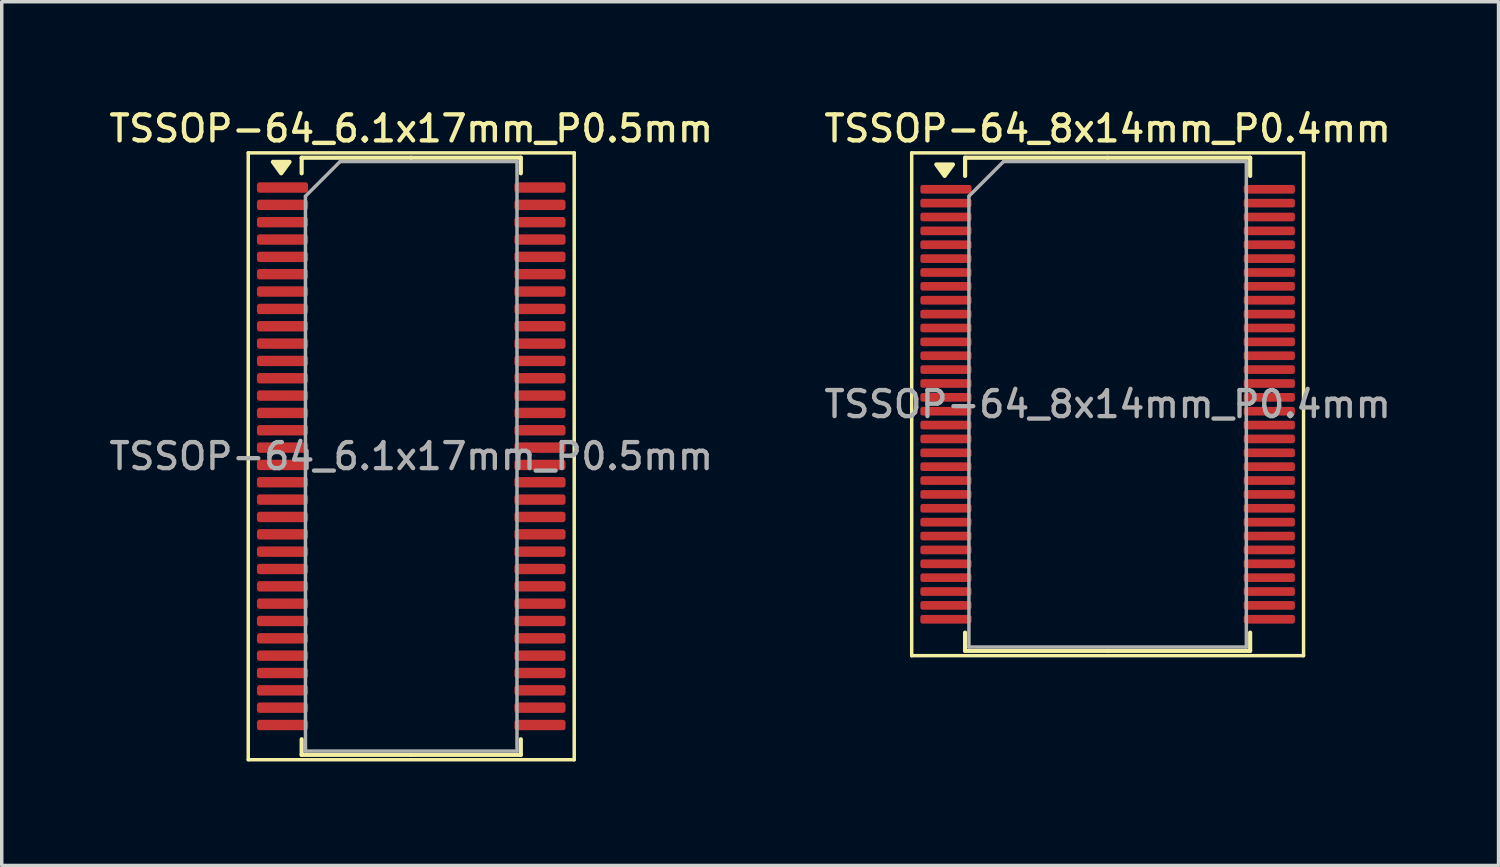
<source format=kicad_pcb>
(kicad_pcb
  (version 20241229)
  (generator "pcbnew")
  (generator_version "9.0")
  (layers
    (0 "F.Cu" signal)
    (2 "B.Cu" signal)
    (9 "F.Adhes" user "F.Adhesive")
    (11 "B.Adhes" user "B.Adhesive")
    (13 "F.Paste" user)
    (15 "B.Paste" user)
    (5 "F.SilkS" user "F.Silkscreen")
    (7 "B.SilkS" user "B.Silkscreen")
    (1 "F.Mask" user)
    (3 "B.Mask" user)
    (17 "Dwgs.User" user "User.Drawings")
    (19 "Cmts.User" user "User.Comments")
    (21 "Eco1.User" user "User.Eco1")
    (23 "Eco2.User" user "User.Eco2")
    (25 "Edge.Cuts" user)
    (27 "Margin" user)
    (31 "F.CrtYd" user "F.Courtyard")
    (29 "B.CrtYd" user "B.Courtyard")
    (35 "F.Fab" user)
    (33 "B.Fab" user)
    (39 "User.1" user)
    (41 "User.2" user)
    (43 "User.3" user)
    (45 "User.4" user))
  (footprint "TSSOP-64_8x14mm_P0.4mm"
    (layer "F.Cu")
    (at 28.891 8.608)
    (property "Reference" "TSSOP-64_8x14mm_P0.4mm" (at 0 -7.95 0) (layer "F.SilkS") (effects (font (size 0.75 0.75) (thickness 0.125))))
    (attr smd)
    (fp_line (start -5.65 -7.25) (end -5.65 7.25) (stroke (width 0.1) (type solid)) (layer "F.SilkS"))
    (fp_line (start -5.65 7.25) (end 5.65 7.25) (stroke (width 0.1) (type solid)) (layer "F.SilkS"))
    (fp_line (start -4.11 -7.11) (end -4.11 -6.585) (stroke (width 0.12) (type solid)) (layer "F.SilkS"))
    (fp_line (start -4.11 7.11) (end -4.11 6.585) (stroke (width 0.12) (type solid)) (layer "F.SilkS"))
    (fp_line (start 0 -7.11) (end -4.11 -7.11) (stroke (width 0.12) (type solid)) (layer "F.SilkS"))
    (fp_line (start 0 -7.11) (end 4.11 -7.11) (stroke (width 0.12) (type solid)) (layer "F.SilkS"))
    (fp_line (start 0 7.11) (end -4.11 7.11) (stroke (width 0.12) (type solid)) (layer "F.SilkS"))
    (fp_line (start 0 7.11) (end 4.11 7.11) (stroke (width 0.12) (type solid)) (layer "F.SilkS"))
    (fp_line (start 4.11 -7.11) (end 4.11 -6.585) (stroke (width 0.12) (type solid)) (layer "F.SilkS"))
    (fp_line (start 4.11 7.11) (end 4.11 6.585) (stroke (width 0.12) (type solid)) (layer "F.SilkS"))
    (fp_line (start 5.65 -7.25) (end -5.65 -7.25) (stroke (width 0.1) (type solid)) (layer "F.SilkS"))
    (fp_line (start 5.65 7.25) (end 5.65 -7.25) (stroke (width 0.1) (type solid)) (layer "F.SilkS"))
    (fp_poly (pts (xy -4.7 -6.585) (xy -4.94 -6.915) (xy -4.46 -6.915) (xy -4.7 -6.585)) (stroke (width 0.12) (type solid)) (fill yes) (layer "F.SilkS"))
    (fp_line (start -4 -6) (end -3 -7) (stroke (width 0.1) (type solid)) (layer "F.Fab"))
    (fp_line (start -4 7) (end -4 -6) (stroke (width 0.1) (type solid)) (layer "F.Fab"))
    (fp_line (start -3 -7) (end 4 -7) (stroke (width 0.1) (type solid)) (layer "F.Fab"))
    (fp_line (start 4 -7) (end 4 7) (stroke (width 0.1) (type solid)) (layer "F.Fab"))
    (fp_line (start 4 7) (end -4 7) (stroke (width 0.1) (type solid)) (layer "F.Fab"))
    (fp_text user "${REFERENCE}" (at 0 0 0) (layer "F.Fab") (effects (font (size 0.75 0.75) (thickness 0.125))))
    (pad "1" smd roundrect (at -4.662 -6.2) (size 1.475 0.25) (layers "F.Cu" "F.Mask" "F.Paste") (roundrect_rratio 0.25))
    (pad "2" smd roundrect (at -4.662 -5.8) (size 1.475 0.25) (layers "F.Cu" "F.Mask" "F.Paste") (roundrect_rratio 0.25))
    (pad "3" smd roundrect (at -4.662 -5.4) (size 1.475 0.25) (layers "F.Cu" "F.Mask" "F.Paste") (roundrect_rratio 0.25))
    (pad "4" smd roundrect (at -4.662 -5) (size 1.475 0.25) (layers "F.Cu" "F.Mask" "F.Paste") (roundrect_rratio 0.25))
    (pad "5" smd roundrect (at -4.662 -4.6) (size 1.475 0.25) (layers "F.Cu" "F.Mask" "F.Paste") (roundrect_rratio 0.25))
    (pad "6" smd roundrect (at -4.662 -4.2) (size 1.475 0.25) (layers "F.Cu" "F.Mask" "F.Paste") (roundrect_rratio 0.25))
    (pad "7" smd roundrect (at -4.662 -3.8) (size 1.475 0.25) (layers "F.Cu" "F.Mask" "F.Paste") (roundrect_rratio 0.25))
    (pad "8" smd roundrect (at -4.662 -3.4) (size 1.475 0.25) (layers "F.Cu" "F.Mask" "F.Paste") (roundrect_rratio 0.25))
    (pad "9" smd roundrect (at -4.662 -3) (size 1.475 0.25) (layers "F.Cu" "F.Mask" "F.Paste") (roundrect_rratio 0.25))
    (pad "10" smd roundrect (at -4.662 -2.6) (size 1.475 0.25) (layers "F.Cu" "F.Mask" "F.Paste") (roundrect_rratio 0.25))
    (pad "11" smd roundrect (at -4.662 -2.2) (size 1.475 0.25) (layers "F.Cu" "F.Mask" "F.Paste") (roundrect_rratio 0.25))
    (pad "12" smd roundrect (at -4.662 -1.8) (size 1.475 0.25) (layers "F.Cu" "F.Mask" "F.Paste") (roundrect_rratio 0.25))
    (pad "13" smd roundrect (at -4.662 -1.4) (size 1.475 0.25) (layers "F.Cu" "F.Mask" "F.Paste") (roundrect_rratio 0.25))
    (pad "14" smd roundrect (at -4.662 -1) (size 1.475 0.25) (layers "F.Cu" "F.Mask" "F.Paste") (roundrect_rratio 0.25))
    (pad "15" smd roundrect (at -4.662 -0.6) (size 1.475 0.25) (layers "F.Cu" "F.Mask" "F.Paste") (roundrect_rratio 0.25))
    (pad "16" smd roundrect (at -4.662 -0.2) (size 1.475 0.25) (layers "F.Cu" "F.Mask" "F.Paste") (roundrect_rratio 0.25))
    (pad "17" smd roundrect (at -4.662 0.2) (size 1.475 0.25) (layers "F.Cu" "F.Mask" "F.Paste") (roundrect_rratio 0.25))
    (pad "18" smd roundrect (at -4.662 0.6) (size 1.475 0.25) (layers "F.Cu" "F.Mask" "F.Paste") (roundrect_rratio 0.25))
    (pad "19" smd roundrect (at -4.662 1) (size 1.475 0.25) (layers "F.Cu" "F.Mask" "F.Paste") (roundrect_rratio 0.25))
    (pad "20" smd roundrect (at -4.662 1.4) (size 1.475 0.25) (layers "F.Cu" "F.Mask" "F.Paste") (roundrect_rratio 0.25))
    (pad "21" smd roundrect (at -4.662 1.8) (size 1.475 0.25) (layers "F.Cu" "F.Mask" "F.Paste") (roundrect_rratio 0.25))
    (pad "22" smd roundrect (at -4.662 2.2) (size 1.475 0.25) (layers "F.Cu" "F.Mask" "F.Paste") (roundrect_rratio 0.25))
    (pad "23" smd roundrect (at -4.662 2.6) (size 1.475 0.25) (layers "F.Cu" "F.Mask" "F.Paste") (roundrect_rratio 0.25))
    (pad "24" smd roundrect (at -4.662 3) (size 1.475 0.25) (layers "F.Cu" "F.Mask" "F.Paste") (roundrect_rratio 0.25))
    (pad "25" smd roundrect (at -4.662 3.4) (size 1.475 0.25) (layers "F.Cu" "F.Mask" "F.Paste") (roundrect_rratio 0.25))
    (pad "26" smd roundrect (at -4.662 3.8) (size 1.475 0.25) (layers "F.Cu" "F.Mask" "F.Paste") (roundrect_rratio 0.25))
    (pad "27" smd roundrect (at -4.662 4.2) (size 1.475 0.25) (layers "F.Cu" "F.Mask" "F.Paste") (roundrect_rratio 0.25))
    (pad "28" smd roundrect (at -4.662 4.6) (size 1.475 0.25) (layers "F.Cu" "F.Mask" "F.Paste") (roundrect_rratio 0.25))
    (pad "29" smd roundrect (at -4.662 5) (size 1.475 0.25) (layers "F.Cu" "F.Mask" "F.Paste") (roundrect_rratio 0.25))
    (pad "30" smd roundrect (at -4.662 5.4) (size 1.475 0.25) (layers "F.Cu" "F.Mask" "F.Paste") (roundrect_rratio 0.25))
    (pad "31" smd roundrect (at -4.662 5.8) (size 1.475 0.25) (layers "F.Cu" "F.Mask" "F.Paste") (roundrect_rratio 0.25))
    (pad "32" smd roundrect (at -4.662 6.2) (size 1.475 0.25) (layers "F.Cu" "F.Mask" "F.Paste") (roundrect_rratio 0.25))
    (pad "33" smd roundrect (at 4.662 6.2) (size 1.475 0.25) (layers "F.Cu" "F.Mask" "F.Paste") (roundrect_rratio 0.25))
    (pad "34" smd roundrect (at 4.662 5.8) (size 1.475 0.25) (layers "F.Cu" "F.Mask" "F.Paste") (roundrect_rratio 0.25))
    (pad "35" smd roundrect (at 4.662 5.4) (size 1.475 0.25) (layers "F.Cu" "F.Mask" "F.Paste") (roundrect_rratio 0.25))
    (pad "36" smd roundrect (at 4.662 5) (size 1.475 0.25) (layers "F.Cu" "F.Mask" "F.Paste") (roundrect_rratio 0.25))
    (pad "37" smd roundrect (at 4.662 4.6) (size 1.475 0.25) (layers "F.Cu" "F.Mask" "F.Paste") (roundrect_rratio 0.25))
    (pad "38" smd roundrect (at 4.662 4.2) (size 1.475 0.25) (layers "F.Cu" "F.Mask" "F.Paste") (roundrect_rratio 0.25))
    (pad "39" smd roundrect (at 4.662 3.8) (size 1.475 0.25) (layers "F.Cu" "F.Mask" "F.Paste") (roundrect_rratio 0.25))
    (pad "40" smd roundrect (at 4.662 3.4) (size 1.475 0.25) (layers "F.Cu" "F.Mask" "F.Paste") (roundrect_rratio 0.25))
    (pad "41" smd roundrect (at 4.662 3) (size 1.475 0.25) (layers "F.Cu" "F.Mask" "F.Paste") (roundrect_rratio 0.25))
    (pad "42" smd roundrect (at 4.662 2.6) (size 1.475 0.25) (layers "F.Cu" "F.Mask" "F.Paste") (roundrect_rratio 0.25))
    (pad "43" smd roundrect (at 4.662 2.2) (size 1.475 0.25) (layers "F.Cu" "F.Mask" "F.Paste") (roundrect_rratio 0.25))
    (pad "44" smd roundrect (at 4.662 1.8) (size 1.475 0.25) (layers "F.Cu" "F.Mask" "F.Paste") (roundrect_rratio 0.25))
    (pad "45" smd roundrect (at 4.662 1.4) (size 1.475 0.25) (layers "F.Cu" "F.Mask" "F.Paste") (roundrect_rratio 0.25))
    (pad "46" smd roundrect (at 4.662 1) (size 1.475 0.25) (layers "F.Cu" "F.Mask" "F.Paste") (roundrect_rratio 0.25))
    (pad "47" smd roundrect (at 4.662 0.6) (size 1.475 0.25) (layers "F.Cu" "F.Mask" "F.Paste") (roundrect_rratio 0.25))
    (pad "48" smd roundrect (at 4.662 0.2) (size 1.475 0.25) (layers "F.Cu" "F.Mask" "F.Paste") (roundrect_rratio 0.25))
    (pad "49" smd roundrect (at 4.662 -0.2) (size 1.475 0.25) (layers "F.Cu" "F.Mask" "F.Paste") (roundrect_rratio 0.25))
    (pad "50" smd roundrect (at 4.662 -0.6) (size 1.475 0.25) (layers "F.Cu" "F.Mask" "F.Paste") (roundrect_rratio 0.25))
    (pad "51" smd roundrect (at 4.662 -1) (size 1.475 0.25) (layers "F.Cu" "F.Mask" "F.Paste") (roundrect_rratio 0.25))
    (pad "52" smd roundrect (at 4.662 -1.4) (size 1.475 0.25) (layers "F.Cu" "F.Mask" "F.Paste") (roundrect_rratio 0.25))
    (pad "53" smd roundrect (at 4.662 -1.8) (size 1.475 0.25) (layers "F.Cu" "F.Mask" "F.Paste") (roundrect_rratio 0.25))
    (pad "54" smd roundrect (at 4.662 -2.2) (size 1.475 0.25) (layers "F.Cu" "F.Mask" "F.Paste") (roundrect_rratio 0.25))
    (pad "55" smd roundrect (at 4.662 -2.6) (size 1.475 0.25) (layers "F.Cu" "F.Mask" "F.Paste") (roundrect_rratio 0.25))
    (pad "56" smd roundrect (at 4.662 -3) (size 1.475 0.25) (layers "F.Cu" "F.Mask" "F.Paste") (roundrect_rratio 0.25))
    (pad "57" smd roundrect (at 4.662 -3.4) (size 1.475 0.25) (layers "F.Cu" "F.Mask" "F.Paste") (roundrect_rratio 0.25))
    (pad "58" smd roundrect (at 4.662 -3.8) (size 1.475 0.25) (layers "F.Cu" "F.Mask" "F.Paste") (roundrect_rratio 0.25))
    (pad "59" smd roundrect (at 4.662 -4.2) (size 1.475 0.25) (layers "F.Cu" "F.Mask" "F.Paste") (roundrect_rratio 0.25))
    (pad "60" smd roundrect (at 4.662 -4.6) (size 1.475 0.25) (layers "F.Cu" "F.Mask" "F.Paste") (roundrect_rratio 0.25))
    (pad "61" smd roundrect (at 4.662 -5) (size 1.475 0.25) (layers "F.Cu" "F.Mask" "F.Paste") (roundrect_rratio 0.25))
    (pad "62" smd roundrect (at 4.662 -5.4) (size 1.475 0.25) (layers "F.Cu" "F.Mask" "F.Paste") (roundrect_rratio 0.25))
    (pad "63" smd roundrect (at 4.662 -5.8) (size 1.475 0.25) (layers "F.Cu" "F.Mask" "F.Paste") (roundrect_rratio 0.25))
    (pad "64" smd roundrect (at 4.662 -6.2) (size 1.475 0.25) (layers "F.Cu" "F.Mask" "F.Paste") (roundrect_rratio 0.25)))
  (footprint "TSSOP-64_6.1x17mm_P0.5mm"
    (layer "F.Cu")
    (at 8.809 10.108)
    (property "Reference" "TSSOP-64_6.1x17mm_P0.5mm" (at 0 -9.45 0) (layer "F.SilkS") (effects (font (size 0.75 0.75) (thickness 0.125))))
    (attr smd)
    (fp_line (start -4.7 -8.75) (end -4.7 8.75) (stroke (width 0.1) (type solid)) (layer "F.SilkS"))
    (fp_line (start -4.7 8.75) (end 4.7 8.75) (stroke (width 0.1) (type solid)) (layer "F.SilkS"))
    (fp_line (start -3.16 -8.61) (end -3.16 -8.16) (stroke (width 0.12) (type solid)) (layer "F.SilkS"))
    (fp_line (start -3.16 8.61) (end -3.16 8.16) (stroke (width 0.12) (type solid)) (layer "F.SilkS"))
    (fp_line (start 0 -8.61) (end -3.16 -8.61) (stroke (width 0.12) (type solid)) (layer "F.SilkS"))
    (fp_line (start 0 -8.61) (end 3.16 -8.61) (stroke (width 0.12) (type solid)) (layer "F.SilkS"))
    (fp_line (start 0 8.61) (end -3.16 8.61) (stroke (width 0.12) (type solid)) (layer "F.SilkS"))
    (fp_line (start 0 8.61) (end 3.16 8.61) (stroke (width 0.12) (type solid)) (layer "F.SilkS"))
    (fp_line (start 3.16 -8.61) (end 3.16 -8.16) (stroke (width 0.12) (type solid)) (layer "F.SilkS"))
    (fp_line (start 3.16 8.61) (end 3.16 8.16) (stroke (width 0.12) (type solid)) (layer "F.SilkS"))
    (fp_line (start 4.7 -8.75) (end -4.7 -8.75) (stroke (width 0.1) (type solid)) (layer "F.SilkS"))
    (fp_line (start 4.7 8.75) (end 4.7 -8.75) (stroke (width 0.1) (type solid)) (layer "F.SilkS"))
    (fp_poly (pts (xy -3.75 -8.16) (xy -3.99 -8.49) (xy -3.51 -8.49) (xy -3.75 -8.16)) (stroke (width 0.12) (type solid)) (fill yes) (layer "F.SilkS"))
    (fp_line (start -3.05 -7.5) (end -2.05 -8.5) (stroke (width 0.1) (type solid)) (layer "F.Fab"))
    (fp_line (start -3.05 8.5) (end -3.05 -7.5) (stroke (width 0.1) (type solid)) (layer "F.Fab"))
    (fp_line (start -2.05 -8.5) (end 3.05 -8.5) (stroke (width 0.1) (type solid)) (layer "F.Fab"))
    (fp_line (start 3.05 -8.5) (end 3.05 8.5) (stroke (width 0.1) (type solid)) (layer "F.Fab"))
    (fp_line (start 3.05 8.5) (end -3.05 8.5) (stroke (width 0.1) (type solid)) (layer "F.Fab"))
    (fp_text user "${REFERENCE}" (at 0 0 0) (layer "F.Fab") (effects (font (size 0.75 0.75) (thickness 0.125))))
    (pad "1" smd roundrect (at -3.712 -7.75) (size 1.475 0.3) (layers "F.Cu" "F.Mask" "F.Paste") (roundrect_rratio 0.25))
    (pad "2" smd roundrect (at -3.712 -7.25) (size 1.475 0.3) (layers "F.Cu" "F.Mask" "F.Paste") (roundrect_rratio 0.25))
    (pad "3" smd roundrect (at -3.712 -6.75) (size 1.475 0.3) (layers "F.Cu" "F.Mask" "F.Paste") (roundrect_rratio 0.25))
    (pad "4" smd roundrect (at -3.712 -6.25) (size 1.475 0.3) (layers "F.Cu" "F.Mask" "F.Paste") (roundrect_rratio 0.25))
    (pad "5" smd roundrect (at -3.712 -5.75) (size 1.475 0.3) (layers "F.Cu" "F.Mask" "F.Paste") (roundrect_rratio 0.25))
    (pad "6" smd roundrect (at -3.712 -5.25) (size 1.475 0.3) (layers "F.Cu" "F.Mask" "F.Paste") (roundrect_rratio 0.25))
    (pad "7" smd roundrect (at -3.712 -4.75) (size 1.475 0.3) (layers "F.Cu" "F.Mask" "F.Paste") (roundrect_rratio 0.25))
    (pad "8" smd roundrect (at -3.712 -4.25) (size 1.475 0.3) (layers "F.Cu" "F.Mask" "F.Paste") (roundrect_rratio 0.25))
    (pad "9" smd roundrect (at -3.712 -3.75) (size 1.475 0.3) (layers "F.Cu" "F.Mask" "F.Paste") (roundrect_rratio 0.25))
    (pad "10" smd roundrect (at -3.712 -3.25) (size 1.475 0.3) (layers "F.Cu" "F.Mask" "F.Paste") (roundrect_rratio 0.25))
    (pad "11" smd roundrect (at -3.712 -2.75) (size 1.475 0.3) (layers "F.Cu" "F.Mask" "F.Paste") (roundrect_rratio 0.25))
    (pad "12" smd roundrect (at -3.712 -2.25) (size 1.475 0.3) (layers "F.Cu" "F.Mask" "F.Paste") (roundrect_rratio 0.25))
    (pad "13" smd roundrect (at -3.712 -1.75) (size 1.475 0.3) (layers "F.Cu" "F.Mask" "F.Paste") (roundrect_rratio 0.25))
    (pad "14" smd roundrect (at -3.712 -1.25) (size 1.475 0.3) (layers "F.Cu" "F.Mask" "F.Paste") (roundrect_rratio 0.25))
    (pad "15" smd roundrect (at -3.712 -0.75) (size 1.475 0.3) (layers "F.Cu" "F.Mask" "F.Paste") (roundrect_rratio 0.25))
    (pad "16" smd roundrect (at -3.712 -0.25) (size 1.475 0.3) (layers "F.Cu" "F.Mask" "F.Paste") (roundrect_rratio 0.25))
    (pad "17" smd roundrect (at -3.712 0.25) (size 1.475 0.3) (layers "F.Cu" "F.Mask" "F.Paste") (roundrect_rratio 0.25))
    (pad "18" smd roundrect (at -3.712 0.75) (size 1.475 0.3) (layers "F.Cu" "F.Mask" "F.Paste") (roundrect_rratio 0.25))
    (pad "19" smd roundrect (at -3.712 1.25) (size 1.475 0.3) (layers "F.Cu" "F.Mask" "F.Paste") (roundrect_rratio 0.25))
    (pad "20" smd roundrect (at -3.712 1.75) (size 1.475 0.3) (layers "F.Cu" "F.Mask" "F.Paste") (roundrect_rratio 0.25))
    (pad "21" smd roundrect (at -3.712 2.25) (size 1.475 0.3) (layers "F.Cu" "F.Mask" "F.Paste") (roundrect_rratio 0.25))
    (pad "22" smd roundrect (at -3.712 2.75) (size 1.475 0.3) (layers "F.Cu" "F.Mask" "F.Paste") (roundrect_rratio 0.25))
    (pad "23" smd roundrect (at -3.712 3.25) (size 1.475 0.3) (layers "F.Cu" "F.Mask" "F.Paste") (roundrect_rratio 0.25))
    (pad "24" smd roundrect (at -3.712 3.75) (size 1.475 0.3) (layers "F.Cu" "F.Mask" "F.Paste") (roundrect_rratio 0.25))
    (pad "25" smd roundrect (at -3.712 4.25) (size 1.475 0.3) (layers "F.Cu" "F.Mask" "F.Paste") (roundrect_rratio 0.25))
    (pad "26" smd roundrect (at -3.712 4.75) (size 1.475 0.3) (layers "F.Cu" "F.Mask" "F.Paste") (roundrect_rratio 0.25))
    (pad "27" smd roundrect (at -3.712 5.25) (size 1.475 0.3) (layers "F.Cu" "F.Mask" "F.Paste") (roundrect_rratio 0.25))
    (pad "28" smd roundrect (at -3.712 5.75) (size 1.475 0.3) (layers "F.Cu" "F.Mask" "F.Paste") (roundrect_rratio 0.25))
    (pad "29" smd roundrect (at -3.712 6.25) (size 1.475 0.3) (layers "F.Cu" "F.Mask" "F.Paste") (roundrect_rratio 0.25))
    (pad "30" smd roundrect (at -3.712 6.75) (size 1.475 0.3) (layers "F.Cu" "F.Mask" "F.Paste") (roundrect_rratio 0.25))
    (pad "31" smd roundrect (at -3.712 7.25) (size 1.475 0.3) (layers "F.Cu" "F.Mask" "F.Paste") (roundrect_rratio 0.25))
    (pad "32" smd roundrect (at -3.712 7.75) (size 1.475 0.3) (layers "F.Cu" "F.Mask" "F.Paste") (roundrect_rratio 0.25))
    (pad "33" smd roundrect (at 3.712 7.75) (size 1.475 0.3) (layers "F.Cu" "F.Mask" "F.Paste") (roundrect_rratio 0.25))
    (pad "34" smd roundrect (at 3.712 7.25) (size 1.475 0.3) (layers "F.Cu" "F.Mask" "F.Paste") (roundrect_rratio 0.25))
    (pad "35" smd roundrect (at 3.712 6.75) (size 1.475 0.3) (layers "F.Cu" "F.Mask" "F.Paste") (roundrect_rratio 0.25))
    (pad "36" smd roundrect (at 3.712 6.25) (size 1.475 0.3) (layers "F.Cu" "F.Mask" "F.Paste") (roundrect_rratio 0.25))
    (pad "37" smd roundrect (at 3.712 5.75) (size 1.475 0.3) (layers "F.Cu" "F.Mask" "F.Paste") (roundrect_rratio 0.25))
    (pad "38" smd roundrect (at 3.712 5.25) (size 1.475 0.3) (layers "F.Cu" "F.Mask" "F.Paste") (roundrect_rratio 0.25))
    (pad "39" smd roundrect (at 3.712 4.75) (size 1.475 0.3) (layers "F.Cu" "F.Mask" "F.Paste") (roundrect_rratio 0.25))
    (pad "40" smd roundrect (at 3.712 4.25) (size 1.475 0.3) (layers "F.Cu" "F.Mask" "F.Paste") (roundrect_rratio 0.25))
    (pad "41" smd roundrect (at 3.712 3.75) (size 1.475 0.3) (layers "F.Cu" "F.Mask" "F.Paste") (roundrect_rratio 0.25))
    (pad "42" smd roundrect (at 3.712 3.25) (size 1.475 0.3) (layers "F.Cu" "F.Mask" "F.Paste") (roundrect_rratio 0.25))
    (pad "43" smd roundrect (at 3.712 2.75) (size 1.475 0.3) (layers "F.Cu" "F.Mask" "F.Paste") (roundrect_rratio 0.25))
    (pad "44" smd roundrect (at 3.712 2.25) (size 1.475 0.3) (layers "F.Cu" "F.Mask" "F.Paste") (roundrect_rratio 0.25))
    (pad "45" smd roundrect (at 3.712 1.75) (size 1.475 0.3) (layers "F.Cu" "F.Mask" "F.Paste") (roundrect_rratio 0.25))
    (pad "46" smd roundrect (at 3.712 1.25) (size 1.475 0.3) (layers "F.Cu" "F.Mask" "F.Paste") (roundrect_rratio 0.25))
    (pad "47" smd roundrect (at 3.712 0.75) (size 1.475 0.3) (layers "F.Cu" "F.Mask" "F.Paste") (roundrect_rratio 0.25))
    (pad "48" smd roundrect (at 3.712 0.25) (size 1.475 0.3) (layers "F.Cu" "F.Mask" "F.Paste") (roundrect_rratio 0.25))
    (pad "49" smd roundrect (at 3.712 -0.25) (size 1.475 0.3) (layers "F.Cu" "F.Mask" "F.Paste") (roundrect_rratio 0.25))
    (pad "50" smd roundrect (at 3.712 -0.75) (size 1.475 0.3) (layers "F.Cu" "F.Mask" "F.Paste") (roundrect_rratio 0.25))
    (pad "51" smd roundrect (at 3.712 -1.25) (size 1.475 0.3) (layers "F.Cu" "F.Mask" "F.Paste") (roundrect_rratio 0.25))
    (pad "52" smd roundrect (at 3.712 -1.75) (size 1.475 0.3) (layers "F.Cu" "F.Mask" "F.Paste") (roundrect_rratio 0.25))
    (pad "53" smd roundrect (at 3.712 -2.25) (size 1.475 0.3) (layers "F.Cu" "F.Mask" "F.Paste") (roundrect_rratio 0.25))
    (pad "54" smd roundrect (at 3.712 -2.75) (size 1.475 0.3) (layers "F.Cu" "F.Mask" "F.Paste") (roundrect_rratio 0.25))
    (pad "55" smd roundrect (at 3.712 -3.25) (size 1.475 0.3) (layers "F.Cu" "F.Mask" "F.Paste") (roundrect_rratio 0.25))
    (pad "56" smd roundrect (at 3.712 -3.75) (size 1.475 0.3) (layers "F.Cu" "F.Mask" "F.Paste") (roundrect_rratio 0.25))
    (pad "57" smd roundrect (at 3.712 -4.25) (size 1.475 0.3) (layers "F.Cu" "F.Mask" "F.Paste") (roundrect_rratio 0.25))
    (pad "58" smd roundrect (at 3.712 -4.75) (size 1.475 0.3) (layers "F.Cu" "F.Mask" "F.Paste") (roundrect_rratio 0.25))
    (pad "59" smd roundrect (at 3.712 -5.25) (size 1.475 0.3) (layers "F.Cu" "F.Mask" "F.Paste") (roundrect_rratio 0.25))
    (pad "60" smd roundrect (at 3.712 -5.75) (size 1.475 0.3) (layers "F.Cu" "F.Mask" "F.Paste") (roundrect_rratio 0.25))
    (pad "61" smd roundrect (at 3.712 -6.25) (size 1.475 0.3) (layers "F.Cu" "F.Mask" "F.Paste") (roundrect_rratio 0.25))
    (pad "62" smd roundrect (at 3.712 -6.75) (size 1.475 0.3) (layers "F.Cu" "F.Mask" "F.Paste") (roundrect_rratio 0.25))
    (pad "63" smd roundrect (at 3.712 -7.25) (size 1.475 0.3) (layers "F.Cu" "F.Mask" "F.Paste") (roundrect_rratio 0.25))
    (pad "64" smd roundrect (at 3.712 -7.75) (size 1.475 0.3) (layers "F.Cu" "F.Mask" "F.Paste") (roundrect_rratio 0.25)))
  (gr_rect
    (start -3 -3)
    (end 40.164 21.908)
    (stroke (width 0.1) (type default))
    (fill no)
    (layer "Edge.Cuts")))
</source>
